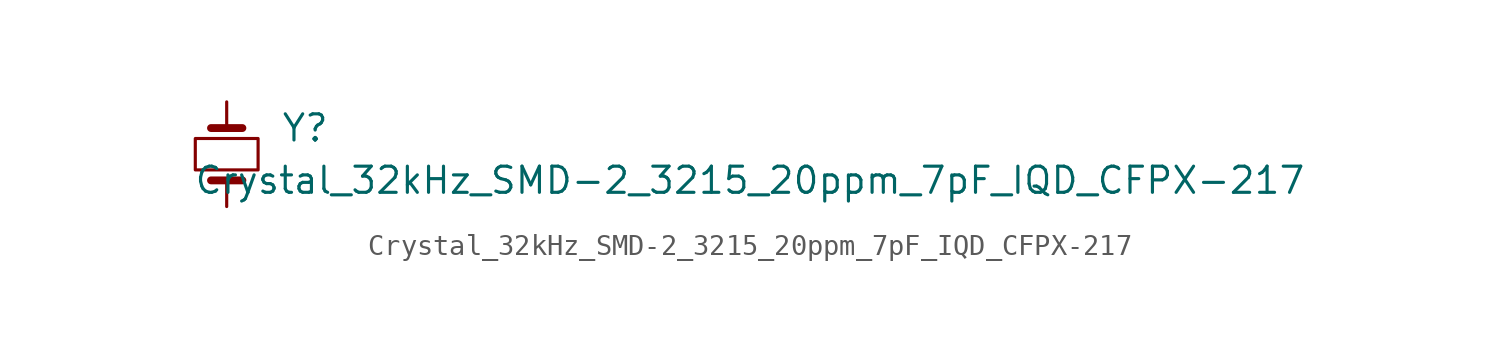
<source format=kicad_sym>
(kicad_symbol_lib
  (version 20211014)
  (generator kicad_symbol_editor)
  (symbol "Crystal_32kHz_SMD-2_3215_20ppm_7pF_IQD_CFPX-217"
    (pin_numbers hide)
    (pin_names
      (offset 1.27) hide)
    (property "Reference" "Y"
      (at 3.81 1.27 0)
      (effects (font (size 1.27 1.27))))
    (property "Value" "Crystal_32kHz_SMD-2_3215_20ppm_7pF_IQD_CFPX-217"
      (at 25.4 -1.27 0)
      (effects (font (size 1.27 1.27))))
    (symbol "Crystal_32kHz_SMD-2_3215_20ppm_7pF_IQD_CFPX-217_1_1"
      (polyline (pts (xy 0.762 -1.27) (xy -0.762 -1.27)) (stroke (width 0.381) (type default) (color 0 0 0 0)) (fill (type none)))
      (polyline (pts (xy 0.762 1.27) (xy -0.762 1.27)) (stroke (width 0.381) (type default) (color 0 0 0 0)) (fill (type none)))
      (rectangle (start 1.524 -0.762) (end -1.524 0.762) (stroke (width 0) (type default) (color 0 0 0 0)) (fill (type none)))
      (pin passive line (at 0 -2.54 90) (length 1.27) (name "1" (effects (font (size 1.27 1.27)))) (number "1" (effects (font (size 1.27 1.27)))))
      (pin passive line (at 0 2.54 270) (length 1.27) (name "2" (effects (font (size 1.27 1.27)))) (number "2" (effects (font (size 1.27 1.27))))))))
</source>
